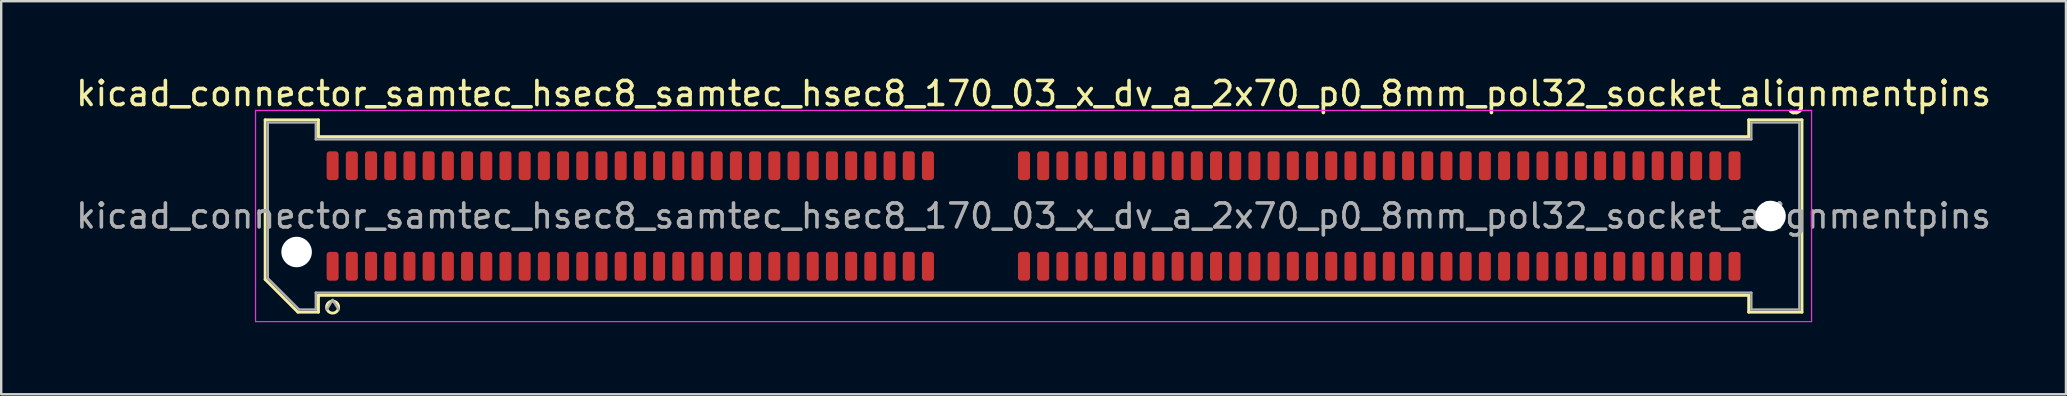
<source format=kicad_pcb>
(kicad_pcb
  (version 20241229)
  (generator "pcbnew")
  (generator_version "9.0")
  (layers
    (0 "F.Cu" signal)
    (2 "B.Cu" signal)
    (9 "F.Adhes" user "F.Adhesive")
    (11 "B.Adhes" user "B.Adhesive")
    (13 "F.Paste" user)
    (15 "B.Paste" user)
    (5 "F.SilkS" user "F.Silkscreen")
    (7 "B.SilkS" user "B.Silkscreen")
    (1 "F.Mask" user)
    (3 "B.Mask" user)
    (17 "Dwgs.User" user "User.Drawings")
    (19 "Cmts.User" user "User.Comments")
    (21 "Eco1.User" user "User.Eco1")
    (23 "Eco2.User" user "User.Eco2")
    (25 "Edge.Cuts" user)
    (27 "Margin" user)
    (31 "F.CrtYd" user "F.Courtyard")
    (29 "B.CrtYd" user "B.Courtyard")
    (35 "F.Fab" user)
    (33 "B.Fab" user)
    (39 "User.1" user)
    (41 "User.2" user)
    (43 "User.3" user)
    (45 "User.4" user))
  (footprint "kicad_connector_samtec_hsec8_samtec_hsec8_170_03_x_dv_a_2x70_p0_8mm_pol32_socket_alignmentpins"
    (layer "F.Cu")
    (at 40.006 5.948)
    (property "Reference" "kicad_connector_samtec_hsec8_samtec_hsec8_170_03_x_dv_a_2x70_p0_8mm_pol32_socket_alignmentpins" (at 0 -5.1 0) (layer "F.SilkS") (effects (font (size 1 1) (thickness 0.15))))
    (attr smd)
    (fp_line (start -32.01 -4.005) (end -29.79 -4.005) (stroke (width 0.12) (type solid)) (layer "F.SilkS"))
    (fp_line (start -32.01 2.641) (end -32.01 -4.005) (stroke (width 0.12) (type solid)) (layer "F.SilkS"))
    (fp_line (start -30.646 4.005) (end -32.01 2.641) (stroke (width 0.12) (type solid)) (layer "F.SilkS"))
    (fp_line (start -29.79 -4.005) (end -29.79 -3.305) (stroke (width 0.12) (type solid)) (layer "F.SilkS"))
    (fp_line (start -29.79 -3.305) (end 29.79 -3.305) (stroke (width 0.12) (type solid)) (layer "F.SilkS"))
    (fp_line (start -29.79 3.305) (end -29.79 4.005) (stroke (width 0.12) (type solid)) (layer "F.SilkS"))
    (fp_line (start -29.79 4.005) (end -30.646 4.005) (stroke (width 0.12) (type solid)) (layer "F.SilkS"))
    (fp_line (start 29.79 -4.005) (end 32.01 -4.005) (stroke (width 0.12) (type solid)) (layer "F.SilkS"))
    (fp_line (start 29.79 -3.305) (end 29.79 -4.005) (stroke (width 0.12) (type solid)) (layer "F.SilkS"))
    (fp_line (start 29.79 3.305) (end -29.79 3.305) (stroke (width 0.12) (type solid)) (layer "F.SilkS"))
    (fp_line (start 29.79 4.005) (end 29.79 3.305) (stroke (width 0.12) (type solid)) (layer "F.SilkS"))
    (fp_line (start 32.01 -4.005) (end 32.01 4.005) (stroke (width 0.12) (type solid)) (layer "F.SilkS"))
    (fp_line (start 32.01 4.005) (end 29.79 4.005) (stroke (width 0.12) (type solid)) (layer "F.SilkS"))
    (fp_arc (start -28.95 3.795) (mid -29.45 3.795) (end -28.95 3.795) (stroke (width 0.12) (type solid)) (layer "F.SilkS"))
    (fp_line (start -32.41 -4.4) (end -32.41 4.4) (stroke (width 0.05) (type solid)) (layer "F.CrtYd"))
    (fp_line (start -32.41 4.4) (end 32.41 4.4) (stroke (width 0.05) (type solid)) (layer "F.CrtYd"))
    (fp_line (start 32.41 -4.4) (end -32.41 -4.4) (stroke (width 0.05) (type solid)) (layer "F.CrtYd"))
    (fp_line (start 32.41 4.4) (end 32.41 -4.4) (stroke (width 0.05) (type solid)) (layer "F.CrtYd"))
    (fp_line (start -31.9 -3.895) (end -29.9 -3.895) (stroke (width 0.1) (type solid)) (layer "F.Fab"))
    (fp_line (start -31.9 2.595) (end -31.9 -3.895) (stroke (width 0.1) (type solid)) (layer "F.Fab"))
    (fp_line (start -30.6 3.895) (end -31.9 2.595) (stroke (width 0.1) (type solid)) (layer "F.Fab"))
    (fp_line (start -29.9 -3.895) (end -29.9 -3.195) (stroke (width 0.1) (type solid)) (layer "F.Fab"))
    (fp_line (start -29.9 -3.195) (end 29.9 -3.195) (stroke (width 0.1) (type solid)) (layer "F.Fab"))
    (fp_line (start -29.9 3.195) (end -29.9 3.895) (stroke (width 0.1) (type solid)) (layer "F.Fab"))
    (fp_line (start -29.9 3.895) (end -30.6 3.895) (stroke (width 0.1) (type solid)) (layer "F.Fab"))
    (fp_line (start -29.2 3.495) (end -29.45 3.895) (stroke (width 0.1) (type solid)) (layer "F.Fab"))
    (fp_line (start -29.2 3.495) (end -28.95 3.895) (stroke (width 0.1) (type solid)) (layer "F.Fab"))
    (fp_line (start 29.9 -3.895) (end 31.9 -3.895) (stroke (width 0.1) (type solid)) (layer "F.Fab"))
    (fp_line (start 29.9 -3.195) (end 29.9 -3.895) (stroke (width 0.1) (type solid)) (layer "F.Fab"))
    (fp_line (start 29.9 3.195) (end -29.9 3.195) (stroke (width 0.1) (type solid)) (layer "F.Fab"))
    (fp_line (start 29.9 3.895) (end 29.9 3.195) (stroke (width 0.1) (type solid)) (layer "F.Fab"))
    (fp_line (start 31.9 -3.895) (end 31.9 3.895) (stroke (width 0.1) (type solid)) (layer "F.Fab"))
    (fp_line (start 31.9 3.895) (end 29.9 3.895) (stroke (width 0.1) (type solid)) (layer "F.Fab"))
    (fp_text user "${REFERENCE}" (at 0 0 0) (layer "F.Fab") (effects (font (size 1 1) (thickness 0.15))))
    (pad "" np_thru_hole circle (at -30.7 1.5) (size 1.27 1.27) (drill 1.27) (layers "*.Cu" "*.Mask"))
    (pad "" np_thru_hole circle (at 30.7 0) (size 1.27 1.27) (drill 1.27) (layers "*.Cu" "*.Mask"))
    (pad "1" smd roundrect (at -29.2 2.095) (size 0.5 1.2) (layers "F.Cu" "F.Mask" "F.Paste") (roundrect_rratio 0.25))
    (pad "2" smd roundrect (at -29.2 -2.095) (size 0.5 1.2) (layers "F.Cu" "F.Mask" "F.Paste") (roundrect_rratio 0.25))
    (pad "3" smd roundrect (at -28.4 2.095) (size 0.5 1.2) (layers "F.Cu" "F.Mask" "F.Paste") (roundrect_rratio 0.25))
    (pad "4" smd roundrect (at -28.4 -2.095) (size 0.5 1.2) (layers "F.Cu" "F.Mask" "F.Paste") (roundrect_rratio 0.25))
    (pad "5" smd roundrect (at -27.6 2.095) (size 0.5 1.2) (layers "F.Cu" "F.Mask" "F.Paste") (roundrect_rratio 0.25))
    (pad "6" smd roundrect (at -27.6 -2.095) (size 0.5 1.2) (layers "F.Cu" "F.Mask" "F.Paste") (roundrect_rratio 0.25))
    (pad "7" smd roundrect (at -26.8 2.095) (size 0.5 1.2) (layers "F.Cu" "F.Mask" "F.Paste") (roundrect_rratio 0.25))
    (pad "8" smd roundrect (at -26.8 -2.095) (size 0.5 1.2) (layers "F.Cu" "F.Mask" "F.Paste") (roundrect_rratio 0.25))
    (pad "9" smd roundrect (at -26 2.095) (size 0.5 1.2) (layers "F.Cu" "F.Mask" "F.Paste") (roundrect_rratio 0.25))
    (pad "10" smd roundrect (at -26 -2.095) (size 0.5 1.2) (layers "F.Cu" "F.Mask" "F.Paste") (roundrect_rratio 0.25))
    (pad "11" smd roundrect (at -25.2 2.095) (size 0.5 1.2) (layers "F.Cu" "F.Mask" "F.Paste") (roundrect_rratio 0.25))
    (pad "12" smd roundrect (at -25.2 -2.095) (size 0.5 1.2) (layers "F.Cu" "F.Mask" "F.Paste") (roundrect_rratio 0.25))
    (pad "13" smd roundrect (at -24.4 2.095) (size 0.5 1.2) (layers "F.Cu" "F.Mask" "F.Paste") (roundrect_rratio 0.25))
    (pad "14" smd roundrect (at -24.4 -2.095) (size 0.5 1.2) (layers "F.Cu" "F.Mask" "F.Paste") (roundrect_rratio 0.25))
    (pad "15" smd roundrect (at -23.6 2.095) (size 0.5 1.2) (layers "F.Cu" "F.Mask" "F.Paste") (roundrect_rratio 0.25))
    (pad "16" smd roundrect (at -23.6 -2.095) (size 0.5 1.2) (layers "F.Cu" "F.Mask" "F.Paste") (roundrect_rratio 0.25))
    (pad "17" smd roundrect (at -22.8 2.095) (size 0.5 1.2) (layers "F.Cu" "F.Mask" "F.Paste") (roundrect_rratio 0.25))
    (pad "18" smd roundrect (at -22.8 -2.095) (size 0.5 1.2) (layers "F.Cu" "F.Mask" "F.Paste") (roundrect_rratio 0.25))
    (pad "19" smd roundrect (at -22 2.095) (size 0.5 1.2) (layers "F.Cu" "F.Mask" "F.Paste") (roundrect_rratio 0.25))
    (pad "20" smd roundrect (at -22 -2.095) (size 0.5 1.2) (layers "F.Cu" "F.Mask" "F.Paste") (roundrect_rratio 0.25))
    (pad "21" smd roundrect (at -21.2 2.095) (size 0.5 1.2) (layers "F.Cu" "F.Mask" "F.Paste") (roundrect_rratio 0.25))
    (pad "22" smd roundrect (at -21.2 -2.095) (size 0.5 1.2) (layers "F.Cu" "F.Mask" "F.Paste") (roundrect_rratio 0.25))
    (pad "23" smd roundrect (at -20.4 2.095) (size 0.5 1.2) (layers "F.Cu" "F.Mask" "F.Paste") (roundrect_rratio 0.25))
    (pad "24" smd roundrect (at -20.4 -2.095) (size 0.5 1.2) (layers "F.Cu" "F.Mask" "F.Paste") (roundrect_rratio 0.25))
    (pad "25" smd roundrect (at -19.6 2.095) (size 0.5 1.2) (layers "F.Cu" "F.Mask" "F.Paste") (roundrect_rratio 0.25))
    (pad "26" smd roundrect (at -19.6 -2.095) (size 0.5 1.2) (layers "F.Cu" "F.Mask" "F.Paste") (roundrect_rratio 0.25))
    (pad "27" smd roundrect (at -18.8 2.095) (size 0.5 1.2) (layers "F.Cu" "F.Mask" "F.Paste") (roundrect_rratio 0.25))
    (pad "28" smd roundrect (at -18.8 -2.095) (size 0.5 1.2) (layers "F.Cu" "F.Mask" "F.Paste") (roundrect_rratio 0.25))
    (pad "29" smd roundrect (at -18 2.095) (size 0.5 1.2) (layers "F.Cu" "F.Mask" "F.Paste") (roundrect_rratio 0.25))
    (pad "30" smd roundrect (at -18 -2.095) (size 0.5 1.2) (layers "F.Cu" "F.Mask" "F.Paste") (roundrect_rratio 0.25))
    (pad "31" smd roundrect (at -17.2 2.095) (size 0.5 1.2) (layers "F.Cu" "F.Mask" "F.Paste") (roundrect_rratio 0.25))
    (pad "32" smd roundrect (at -17.2 -2.095) (size 0.5 1.2) (layers "F.Cu" "F.Mask" "F.Paste") (roundrect_rratio 0.25))
    (pad "33" smd roundrect (at -16.4 2.095) (size 0.5 1.2) (layers "F.Cu" "F.Mask" "F.Paste") (roundrect_rratio 0.25))
    (pad "34" smd roundrect (at -16.4 -2.095) (size 0.5 1.2) (layers "F.Cu" "F.Mask" "F.Paste") (roundrect_rratio 0.25))
    (pad "35" smd roundrect (at -15.6 2.095) (size 0.5 1.2) (layers "F.Cu" "F.Mask" "F.Paste") (roundrect_rratio 0.25))
    (pad "36" smd roundrect (at -15.6 -2.095) (size 0.5 1.2) (layers "F.Cu" "F.Mask" "F.Paste") (roundrect_rratio 0.25))
    (pad "37" smd roundrect (at -14.8 2.095) (size 0.5 1.2) (layers "F.Cu" "F.Mask" "F.Paste") (roundrect_rratio 0.25))
    (pad "38" smd roundrect (at -14.8 -2.095) (size 0.5 1.2) (layers "F.Cu" "F.Mask" "F.Paste") (roundrect_rratio 0.25))
    (pad "39" smd roundrect (at -14 2.095) (size 0.5 1.2) (layers "F.Cu" "F.Mask" "F.Paste") (roundrect_rratio 0.25))
    (pad "40" smd roundrect (at -14 -2.095) (size 0.5 1.2) (layers "F.Cu" "F.Mask" "F.Paste") (roundrect_rratio 0.25))
    (pad "41" smd roundrect (at -13.2 2.095) (size 0.5 1.2) (layers "F.Cu" "F.Mask" "F.Paste") (roundrect_rratio 0.25))
    (pad "42" smd roundrect (at -13.2 -2.095) (size 0.5 1.2) (layers "F.Cu" "F.Mask" "F.Paste") (roundrect_rratio 0.25))
    (pad "43" smd roundrect (at -12.4 2.095) (size 0.5 1.2) (layers "F.Cu" "F.Mask" "F.Paste") (roundrect_rratio 0.25))
    (pad "44" smd roundrect (at -12.4 -2.095) (size 0.5 1.2) (layers "F.Cu" "F.Mask" "F.Paste") (roundrect_rratio 0.25))
    (pad "45" smd roundrect (at -11.6 2.095) (size 0.5 1.2) (layers "F.Cu" "F.Mask" "F.Paste") (roundrect_rratio 0.25))
    (pad "46" smd roundrect (at -11.6 -2.095) (size 0.5 1.2) (layers "F.Cu" "F.Mask" "F.Paste") (roundrect_rratio 0.25))
    (pad "47" smd roundrect (at -10.8 2.095) (size 0.5 1.2) (layers "F.Cu" "F.Mask" "F.Paste") (roundrect_rratio 0.25))
    (pad "48" smd roundrect (at -10.8 -2.095) (size 0.5 1.2) (layers "F.Cu" "F.Mask" "F.Paste") (roundrect_rratio 0.25))
    (pad "49" smd roundrect (at -10 2.095) (size 0.5 1.2) (layers "F.Cu" "F.Mask" "F.Paste") (roundrect_rratio 0.25))
    (pad "50" smd roundrect (at -10 -2.095) (size 0.5 1.2) (layers "F.Cu" "F.Mask" "F.Paste") (roundrect_rratio 0.25))
    (pad "51" smd roundrect (at -9.2 2.095) (size 0.5 1.2) (layers "F.Cu" "F.Mask" "F.Paste") (roundrect_rratio 0.25))
    (pad "52" smd roundrect (at -9.2 -2.095) (size 0.5 1.2) (layers "F.Cu" "F.Mask" "F.Paste") (roundrect_rratio 0.25))
    (pad "53" smd roundrect (at -8.4 2.095) (size 0.5 1.2) (layers "F.Cu" "F.Mask" "F.Paste") (roundrect_rratio 0.25))
    (pad "54" smd roundrect (at -8.4 -2.095) (size 0.5 1.2) (layers "F.Cu" "F.Mask" "F.Paste") (roundrect_rratio 0.25))
    (pad "55" smd roundrect (at -7.6 2.095) (size 0.5 1.2) (layers "F.Cu" "F.Mask" "F.Paste") (roundrect_rratio 0.25))
    (pad "56" smd roundrect (at -7.6 -2.095) (size 0.5 1.2) (layers "F.Cu" "F.Mask" "F.Paste") (roundrect_rratio 0.25))
    (pad "57" smd roundrect (at -6.8 2.095) (size 0.5 1.2) (layers "F.Cu" "F.Mask" "F.Paste") (roundrect_rratio 0.25))
    (pad "58" smd roundrect (at -6.8 -2.095) (size 0.5 1.2) (layers "F.Cu" "F.Mask" "F.Paste") (roundrect_rratio 0.25))
    (pad "59" smd roundrect (at -6 2.095) (size 0.5 1.2) (layers "F.Cu" "F.Mask" "F.Paste") (roundrect_rratio 0.25))
    (pad "60" smd roundrect (at -6 -2.095) (size 0.5 1.2) (layers "F.Cu" "F.Mask" "F.Paste") (roundrect_rratio 0.25))
    (pad "61" smd roundrect (at -5.2 2.095) (size 0.5 1.2) (layers "F.Cu" "F.Mask" "F.Paste") (roundrect_rratio 0.25))
    (pad "62" smd roundrect (at -5.2 -2.095) (size 0.5 1.2) (layers "F.Cu" "F.Mask" "F.Paste") (roundrect_rratio 0.25))
    (pad "63" smd roundrect (at -4.4 2.095) (size 0.5 1.2) (layers "F.Cu" "F.Mask" "F.Paste") (roundrect_rratio 0.25))
    (pad "64" smd roundrect (at -4.4 -2.095) (size 0.5 1.2) (layers "F.Cu" "F.Mask" "F.Paste") (roundrect_rratio 0.25))
    (pad "65" smd roundrect (at -0.4 2.095) (size 0.5 1.2) (layers "F.Cu" "F.Mask" "F.Paste") (roundrect_rratio 0.25))
    (pad "66" smd roundrect (at -0.4 -2.095) (size 0.5 1.2) (layers "F.Cu" "F.Mask" "F.Paste") (roundrect_rratio 0.25))
    (pad "67" smd roundrect (at 0.4 2.095) (size 0.5 1.2) (layers "F.Cu" "F.Mask" "F.Paste") (roundrect_rratio 0.25))
    (pad "68" smd roundrect (at 0.4 -2.095) (size 0.5 1.2) (layers "F.Cu" "F.Mask" "F.Paste") (roundrect_rratio 0.25))
    (pad "69" smd roundrect (at 1.2 2.095) (size 0.5 1.2) (layers "F.Cu" "F.Mask" "F.Paste") (roundrect_rratio 0.25))
    (pad "70" smd roundrect (at 1.2 -2.095) (size 0.5 1.2) (layers "F.Cu" "F.Mask" "F.Paste") (roundrect_rratio 0.25))
    (pad "71" smd roundrect (at 2 2.095) (size 0.5 1.2) (layers "F.Cu" "F.Mask" "F.Paste") (roundrect_rratio 0.25))
    (pad "72" smd roundrect (at 2 -2.095) (size 0.5 1.2) (layers "F.Cu" "F.Mask" "F.Paste") (roundrect_rratio 0.25))
    (pad "73" smd roundrect (at 2.8 2.095) (size 0.5 1.2) (layers "F.Cu" "F.Mask" "F.Paste") (roundrect_rratio 0.25))
    (pad "74" smd roundrect (at 2.8 -2.095) (size 0.5 1.2) (layers "F.Cu" "F.Mask" "F.Paste") (roundrect_rratio 0.25))
    (pad "75" smd roundrect (at 3.6 2.095) (size 0.5 1.2) (layers "F.Cu" "F.Mask" "F.Paste") (roundrect_rratio 0.25))
    (pad "76" smd roundrect (at 3.6 -2.095) (size 0.5 1.2) (layers "F.Cu" "F.Mask" "F.Paste") (roundrect_rratio 0.25))
    (pad "77" smd roundrect (at 4.4 2.095) (size 0.5 1.2) (layers "F.Cu" "F.Mask" "F.Paste") (roundrect_rratio 0.25))
    (pad "78" smd roundrect (at 4.4 -2.095) (size 0.5 1.2) (layers "F.Cu" "F.Mask" "F.Paste") (roundrect_rratio 0.25))
    (pad "79" smd roundrect (at 5.2 2.095) (size 0.5 1.2) (layers "F.Cu" "F.Mask" "F.Paste") (roundrect_rratio 0.25))
    (pad "80" smd roundrect (at 5.2 -2.095) (size 0.5 1.2) (layers "F.Cu" "F.Mask" "F.Paste") (roundrect_rratio 0.25))
    (pad "81" smd roundrect (at 6 2.095) (size 0.5 1.2) (layers "F.Cu" "F.Mask" "F.Paste") (roundrect_rratio 0.25))
    (pad "82" smd roundrect (at 6 -2.095) (size 0.5 1.2) (layers "F.Cu" "F.Mask" "F.Paste") (roundrect_rratio 0.25))
    (pad "83" smd roundrect (at 6.8 2.095) (size 0.5 1.2) (layers "F.Cu" "F.Mask" "F.Paste") (roundrect_rratio 0.25))
    (pad "84" smd roundrect (at 6.8 -2.095) (size 0.5 1.2) (layers "F.Cu" "F.Mask" "F.Paste") (roundrect_rratio 0.25))
    (pad "85" smd roundrect (at 7.6 2.095) (size 0.5 1.2) (layers "F.Cu" "F.Mask" "F.Paste") (roundrect_rratio 0.25))
    (pad "86" smd roundrect (at 7.6 -2.095) (size 0.5 1.2) (layers "F.Cu" "F.Mask" "F.Paste") (roundrect_rratio 0.25))
    (pad "87" smd roundrect (at 8.4 2.095) (size 0.5 1.2) (layers "F.Cu" "F.Mask" "F.Paste") (roundrect_rratio 0.25))
    (pad "88" smd roundrect (at 8.4 -2.095) (size 0.5 1.2) (layers "F.Cu" "F.Mask" "F.Paste") (roundrect_rratio 0.25))
    (pad "89" smd roundrect (at 9.2 2.095) (size 0.5 1.2) (layers "F.Cu" "F.Mask" "F.Paste") (roundrect_rratio 0.25))
    (pad "90" smd roundrect (at 9.2 -2.095) (size 0.5 1.2) (layers "F.Cu" "F.Mask" "F.Paste") (roundrect_rratio 0.25))
    (pad "91" smd roundrect (at 10 2.095) (size 0.5 1.2) (layers "F.Cu" "F.Mask" "F.Paste") (roundrect_rratio 0.25))
    (pad "92" smd roundrect (at 10 -2.095) (size 0.5 1.2) (layers "F.Cu" "F.Mask" "F.Paste") (roundrect_rratio 0.25))
    (pad "93" smd roundrect (at 10.8 2.095) (size 0.5 1.2) (layers "F.Cu" "F.Mask" "F.Paste") (roundrect_rratio 0.25))
    (pad "94" smd roundrect (at 10.8 -2.095) (size 0.5 1.2) (layers "F.Cu" "F.Mask" "F.Paste") (roundrect_rratio 0.25))
    (pad "95" smd roundrect (at 11.6 2.095) (size 0.5 1.2) (layers "F.Cu" "F.Mask" "F.Paste") (roundrect_rratio 0.25))
    (pad "96" smd roundrect (at 11.6 -2.095) (size 0.5 1.2) (layers "F.Cu" "F.Mask" "F.Paste") (roundrect_rratio 0.25))
    (pad "97" smd roundrect (at 12.4 2.095) (size 0.5 1.2) (layers "F.Cu" "F.Mask" "F.Paste") (roundrect_rratio 0.25))
    (pad "98" smd roundrect (at 12.4 -2.095) (size 0.5 1.2) (layers "F.Cu" "F.Mask" "F.Paste") (roundrect_rratio 0.25))
    (pad "99" smd roundrect (at 13.2 2.095) (size 0.5 1.2) (layers "F.Cu" "F.Mask" "F.Paste") (roundrect_rratio 0.25))
    (pad "100" smd roundrect (at 13.2 -2.095) (size 0.5 1.2) (layers "F.Cu" "F.Mask" "F.Paste") (roundrect_rratio 0.25))
    (pad "101" smd roundrect (at 14 2.095) (size 0.5 1.2) (layers "F.Cu" "F.Mask" "F.Paste") (roundrect_rratio 0.25))
    (pad "102" smd roundrect (at 14 -2.095) (size 0.5 1.2) (layers "F.Cu" "F.Mask" "F.Paste") (roundrect_rratio 0.25))
    (pad "103" smd roundrect (at 14.8 2.095) (size 0.5 1.2) (layers "F.Cu" "F.Mask" "F.Paste") (roundrect_rratio 0.25))
    (pad "104" smd roundrect (at 14.8 -2.095) (size 0.5 1.2) (layers "F.Cu" "F.Mask" "F.Paste") (roundrect_rratio 0.25))
    (pad "105" smd roundrect (at 15.6 2.095) (size 0.5 1.2) (layers "F.Cu" "F.Mask" "F.Paste") (roundrect_rratio 0.25))
    (pad "106" smd roundrect (at 15.6 -2.095) (size 0.5 1.2) (layers "F.Cu" "F.Mask" "F.Paste") (roundrect_rratio 0.25))
    (pad "107" smd roundrect (at 16.4 2.095) (size 0.5 1.2) (layers "F.Cu" "F.Mask" "F.Paste") (roundrect_rratio 0.25))
    (pad "108" smd roundrect (at 16.4 -2.095) (size 0.5 1.2) (layers "F.Cu" "F.Mask" "F.Paste") (roundrect_rratio 0.25))
    (pad "109" smd roundrect (at 17.2 2.095) (size 0.5 1.2) (layers "F.Cu" "F.Mask" "F.Paste") (roundrect_rratio 0.25))
    (pad "110" smd roundrect (at 17.2 -2.095) (size 0.5 1.2) (layers "F.Cu" "F.Mask" "F.Paste") (roundrect_rratio 0.25))
    (pad "111" smd roundrect (at 18 2.095) (size 0.5 1.2) (layers "F.Cu" "F.Mask" "F.Paste") (roundrect_rratio 0.25))
    (pad "112" smd roundrect (at 18 -2.095) (size 0.5 1.2) (layers "F.Cu" "F.Mask" "F.Paste") (roundrect_rratio 0.25))
    (pad "113" smd roundrect (at 18.8 2.095) (size 0.5 1.2) (layers "F.Cu" "F.Mask" "F.Paste") (roundrect_rratio 0.25))
    (pad "114" smd roundrect (at 18.8 -2.095) (size 0.5 1.2) (layers "F.Cu" "F.Mask" "F.Paste") (roundrect_rratio 0.25))
    (pad "115" smd roundrect (at 19.6 2.095) (size 0.5 1.2) (layers "F.Cu" "F.Mask" "F.Paste") (roundrect_rratio 0.25))
    (pad "116" smd roundrect (at 19.6 -2.095) (size 0.5 1.2) (layers "F.Cu" "F.Mask" "F.Paste") (roundrect_rratio 0.25))
    (pad "117" smd roundrect (at 20.4 2.095) (size 0.5 1.2) (layers "F.Cu" "F.Mask" "F.Paste") (roundrect_rratio 0.25))
    (pad "118" smd roundrect (at 20.4 -2.095) (size 0.5 1.2) (layers "F.Cu" "F.Mask" "F.Paste") (roundrect_rratio 0.25))
    (pad "119" smd roundrect (at 21.2 2.095) (size 0.5 1.2) (layers "F.Cu" "F.Mask" "F.Paste") (roundrect_rratio 0.25))
    (pad "120" smd roundrect (at 21.2 -2.095) (size 0.5 1.2) (layers "F.Cu" "F.Mask" "F.Paste") (roundrect_rratio 0.25))
    (pad "121" smd roundrect (at 22 2.095) (size 0.5 1.2) (layers "F.Cu" "F.Mask" "F.Paste") (roundrect_rratio 0.25))
    (pad "122" smd roundrect (at 22 -2.095) (size 0.5 1.2) (layers "F.Cu" "F.Mask" "F.Paste") (roundrect_rratio 0.25))
    (pad "123" smd roundrect (at 22.8 2.095) (size 0.5 1.2) (layers "F.Cu" "F.Mask" "F.Paste") (roundrect_rratio 0.25))
    (pad "124" smd roundrect (at 22.8 -2.095) (size 0.5 1.2) (layers "F.Cu" "F.Mask" "F.Paste") (roundrect_rratio 0.25))
    (pad "125" smd roundrect (at 23.6 2.095) (size 0.5 1.2) (layers "F.Cu" "F.Mask" "F.Paste") (roundrect_rratio 0.25))
    (pad "126" smd roundrect (at 23.6 -2.095) (size 0.5 1.2) (layers "F.Cu" "F.Mask" "F.Paste") (roundrect_rratio 0.25))
    (pad "127" smd roundrect (at 24.4 2.095) (size 0.5 1.2) (layers "F.Cu" "F.Mask" "F.Paste") (roundrect_rratio 0.25))
    (pad "128" smd roundrect (at 24.4 -2.095) (size 0.5 1.2) (layers "F.Cu" "F.Mask" "F.Paste") (roundrect_rratio 0.25))
    (pad "129" smd roundrect (at 25.2 2.095) (size 0.5 1.2) (layers "F.Cu" "F.Mask" "F.Paste") (roundrect_rratio 0.25))
    (pad "130" smd roundrect (at 25.2 -2.095) (size 0.5 1.2) (layers "F.Cu" "F.Mask" "F.Paste") (roundrect_rratio 0.25))
    (pad "131" smd roundrect (at 26 2.095) (size 0.5 1.2) (layers "F.Cu" "F.Mask" "F.Paste") (roundrect_rratio 0.25))
    (pad "132" smd roundrect (at 26 -2.095) (size 0.5 1.2) (layers "F.Cu" "F.Mask" "F.Paste") (roundrect_rratio 0.25))
    (pad "133" smd roundrect (at 26.8 2.095) (size 0.5 1.2) (layers "F.Cu" "F.Mask" "F.Paste") (roundrect_rratio 0.25))
    (pad "134" smd roundrect (at 26.8 -2.095) (size 0.5 1.2) (layers "F.Cu" "F.Mask" "F.Paste") (roundrect_rratio 0.25))
    (pad "135" smd roundrect (at 27.6 2.095) (size 0.5 1.2) (layers "F.Cu" "F.Mask" "F.Paste") (roundrect_rratio 0.25))
    (pad "136" smd roundrect (at 27.6 -2.095) (size 0.5 1.2) (layers "F.Cu" "F.Mask" "F.Paste") (roundrect_rratio 0.25))
    (pad "137" smd roundrect (at 28.4 2.095) (size 0.5 1.2) (layers "F.Cu" "F.Mask" "F.Paste") (roundrect_rratio 0.25))
    (pad "138" smd roundrect (at 28.4 -2.095) (size 0.5 1.2) (layers "F.Cu" "F.Mask" "F.Paste") (roundrect_rratio 0.25))
    (pad "139" smd roundrect (at 29.2 2.095) (size 0.5 1.2) (layers "F.Cu" "F.Mask" "F.Paste") (roundrect_rratio 0.25))
    (pad "140" smd roundrect (at 29.2 -2.095) (size 0.5 1.2) (layers "F.Cu" "F.Mask" "F.Paste") (roundrect_rratio 0.25)))
  (gr_rect
    (start -3 -3)
    (end 83.012 13.373)
    (stroke (width 0.1) (type default))
    (fill no)
    (layer "Edge.Cuts")))
</source>
